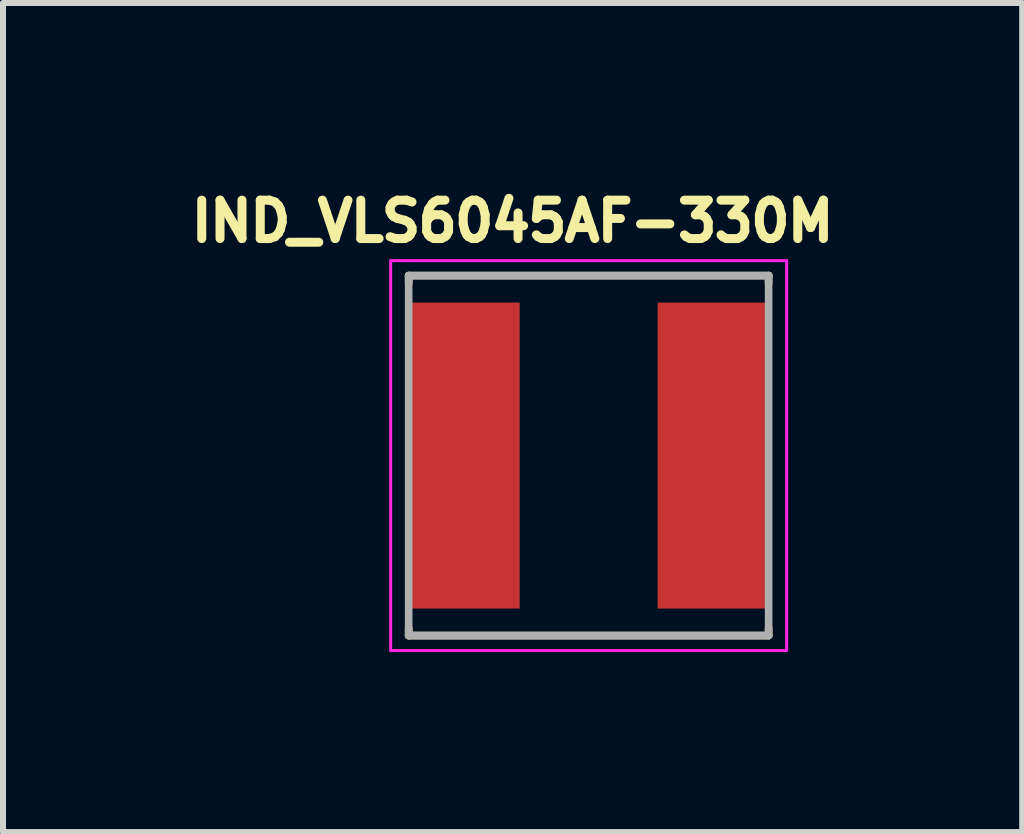
<source format=kicad_pcb>
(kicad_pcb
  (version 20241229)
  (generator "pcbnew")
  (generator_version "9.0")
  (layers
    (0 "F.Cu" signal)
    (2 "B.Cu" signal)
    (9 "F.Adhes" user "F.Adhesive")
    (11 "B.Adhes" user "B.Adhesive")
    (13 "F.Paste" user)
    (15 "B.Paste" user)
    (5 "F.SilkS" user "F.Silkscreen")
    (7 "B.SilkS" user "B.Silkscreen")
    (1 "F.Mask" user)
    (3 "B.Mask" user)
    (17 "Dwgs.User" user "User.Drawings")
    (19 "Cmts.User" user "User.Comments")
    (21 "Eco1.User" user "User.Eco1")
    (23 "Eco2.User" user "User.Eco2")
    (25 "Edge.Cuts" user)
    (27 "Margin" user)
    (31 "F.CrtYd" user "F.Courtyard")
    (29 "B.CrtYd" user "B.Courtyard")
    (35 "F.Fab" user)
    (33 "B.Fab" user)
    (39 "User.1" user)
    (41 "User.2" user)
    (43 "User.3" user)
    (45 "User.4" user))
  (footprint "IND_VLS6045AF-330M"
    (layer "F.Cu")
    (at 6.762 4.544)
    (property "Reference" "IND_VLS6045AF-330M" (at -1.268 -3.906 0) (layer "F.SilkS") (effects (font (size 0.64 0.64) (thickness 0.15))))
    (attr smd)
    (fp_line (start -3 -3) (end -3 -2.87) (stroke (width 0.127) (type solid)) (layer "F.SilkS"))
    (fp_line (start -3 -3) (end 3 -3) (stroke (width 0.127) (type solid)) (layer "F.SilkS"))
    (fp_line (start -3 3) (end -3 2.87) (stroke (width 0.127) (type solid)) (layer "F.SilkS"))
    (fp_line (start -3 3) (end 3 3) (stroke (width 0.127) (type solid)) (layer "F.SilkS"))
    (fp_line (start 3 -3) (end 3 -2.87) (stroke (width 0.127) (type solid)) (layer "F.SilkS"))
    (fp_line (start 3 3) (end 3 2.87) (stroke (width 0.127) (type solid)) (layer "F.SilkS"))
    (fp_line (start -3.3 -3.25) (end -3.3 3.25) (stroke (width 0.05) (type solid)) (layer "F.CrtYd"))
    (fp_line (start -3.3 3.25) (end 3.3 3.25) (stroke (width 0.05) (type solid)) (layer "F.CrtYd"))
    (fp_line (start 3.3 -3.25) (end -3.3 -3.25) (stroke (width 0.05) (type solid)) (layer "F.CrtYd"))
    (fp_line (start 3.3 3.25) (end 3.3 -3.25) (stroke (width 0.05) (type solid)) (layer "F.CrtYd"))
    (fp_line (start -3 -3) (end -3 3) (stroke (width 0.127) (type solid)) (layer "F.Fab"))
    (fp_line (start -3 -3) (end 3 -3) (stroke (width 0.127) (type solid)) (layer "F.Fab"))
    (fp_line (start -3 3) (end 3 3) (stroke (width 0.127) (type solid)) (layer "F.Fab"))
    (fp_line (start 3 -3) (end 3 3) (stroke (width 0.127) (type solid)) (layer "F.Fab"))
    (pad "1" smd rect (at -2.1 0) (size 1.9 5.1) (layers "F.Cu" "F.Mask" "F.Paste"))
    (pad "2" smd rect (at 2.1 0) (size 1.9 5.1) (layers "F.Cu" "F.Mask" "F.Paste")))
  (gr_rect
    (start -3 -3)
    (end 13.989 10.819)
    (stroke (width 0.1) (type default))
    (fill no)
    (layer "Edge.Cuts")))
</source>
